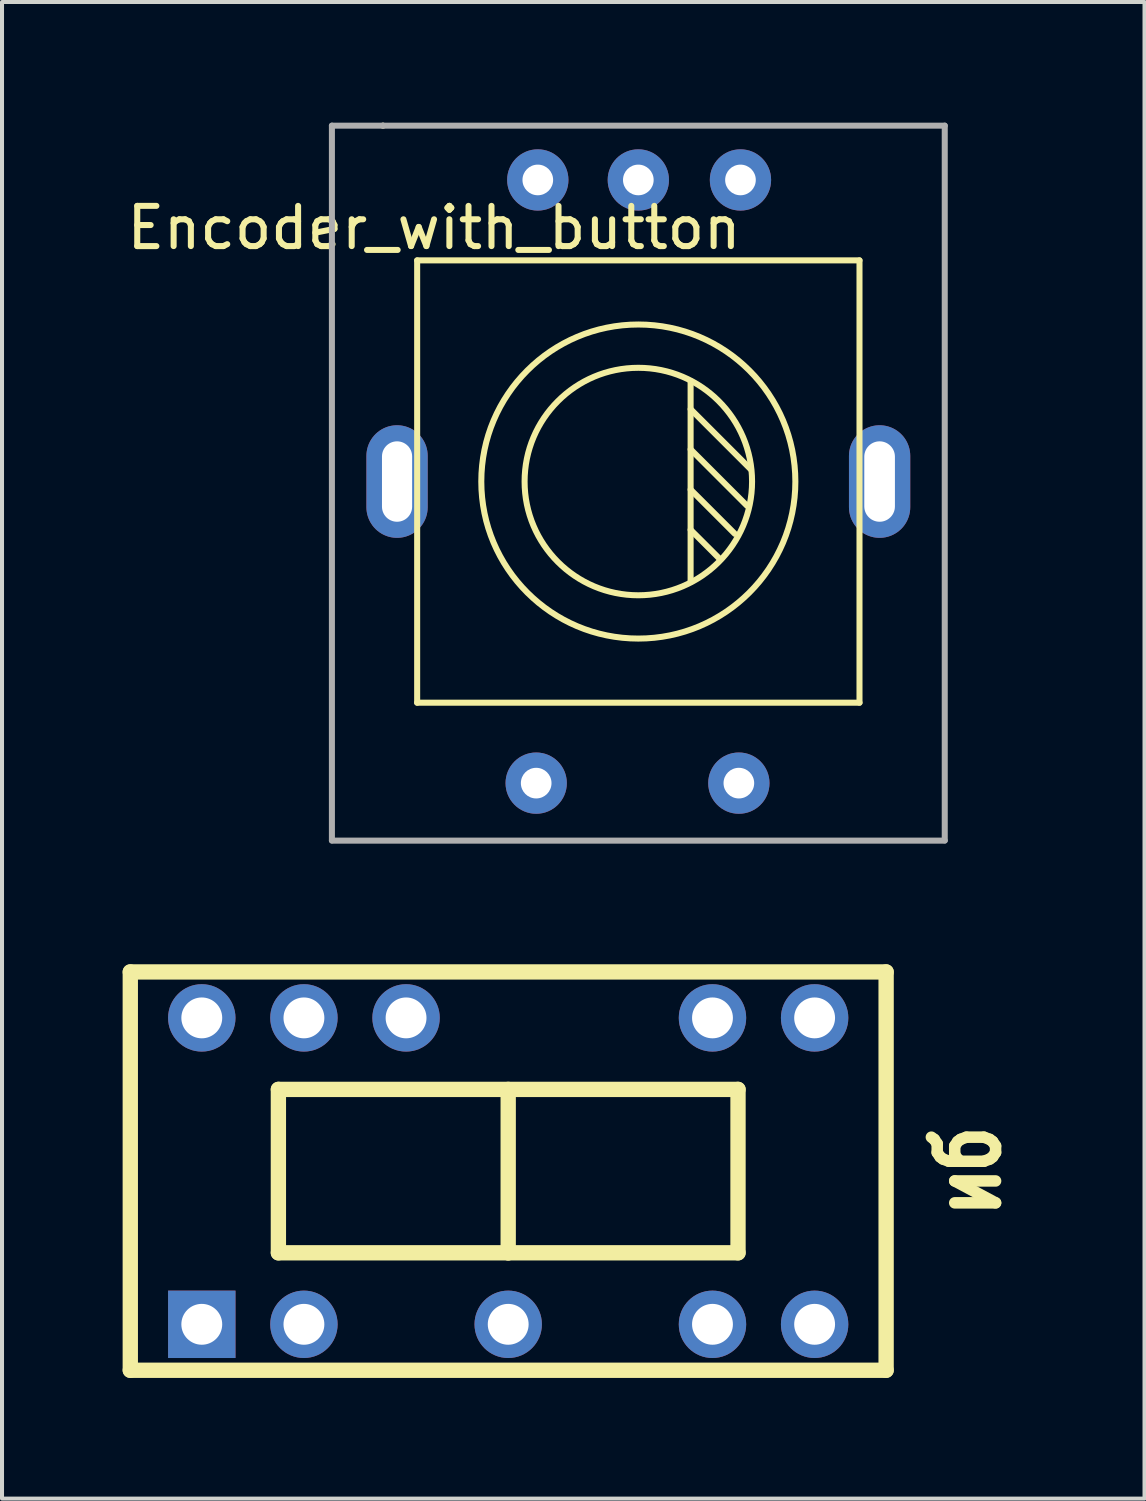
<source format=kicad_pcb>
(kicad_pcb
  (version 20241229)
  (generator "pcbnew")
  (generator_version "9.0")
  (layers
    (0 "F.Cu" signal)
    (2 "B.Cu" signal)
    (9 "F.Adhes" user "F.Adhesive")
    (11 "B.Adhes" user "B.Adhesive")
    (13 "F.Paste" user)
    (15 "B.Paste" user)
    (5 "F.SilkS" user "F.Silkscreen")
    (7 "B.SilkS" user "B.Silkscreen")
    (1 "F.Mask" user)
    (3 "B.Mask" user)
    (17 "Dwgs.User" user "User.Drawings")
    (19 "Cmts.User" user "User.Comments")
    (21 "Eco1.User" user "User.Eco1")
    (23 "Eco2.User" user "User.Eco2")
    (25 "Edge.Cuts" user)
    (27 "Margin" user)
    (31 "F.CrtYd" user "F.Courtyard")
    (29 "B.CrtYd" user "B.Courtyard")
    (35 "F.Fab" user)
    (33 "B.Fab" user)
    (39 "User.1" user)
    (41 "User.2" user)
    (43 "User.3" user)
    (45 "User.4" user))
  (footprint "Encoder_with_button"
    (layer "F.Cu")
    (at 12.824 6.425)
    (property "Reference" "Encoder_with_button" (at -5.08 -3.81 0) (layer "F.SilkS") (effects (font (size 1 1) (thickness 0.15))))
    (attr through_hole)
    (fp_line (start -6.35 -6.35) (end -6.35 -6.35) (stroke (width 0.15) (type solid)) (layer "F.SilkS"))
    (fp_line (start -5.5 -3) (end -5.5 8) (stroke (width 0.15) (type solid)) (layer "F.SilkS"))
    (fp_line (start -5.5 8) (end 5.5 8) (stroke (width 0.15) (type solid)) (layer "F.SilkS"))
    (fp_line (start 1.3 0) (end 1.3 5) (stroke (width 0.15) (type solid)) (layer "F.SilkS"))
    (fp_line (start 1.3 0.7) (end 2.8 2.2) (stroke (width 0.15) (type solid)) (layer "F.SilkS"))
    (fp_line (start 1.3 1.7) (end 2.7 3.1) (stroke (width 0.15) (type solid)) (layer "F.SilkS"))
    (fp_line (start 1.3 2.7) (end 2.4 3.8) (stroke (width 0.15) (type solid)) (layer "F.SilkS"))
    (fp_line (start 1.3 3.7) (end 2 4.4) (stroke (width 0.15) (type solid)) (layer "F.SilkS"))
    (fp_line (start 5.5 -3) (end -5.5 -3) (stroke (width 0.15) (type solid)) (layer "F.SilkS"))
    (fp_line (start 5.5 8) (end 5.5 -3) (stroke (width 0.15) (type solid)) (layer "F.SilkS"))
    (fp_circle (center 0 2.5) (end 2 4.5) (stroke (width 0.15) (type solid)) (fill no) (layer "F.SilkS"))
    (fp_circle (center 0 2.5) (end 3 5) (stroke (width 0.15) (type solid)) (fill no) (layer "F.SilkS"))
    (fp_line (start -7.62 -6.35) (end -6.35 -6.35) (stroke (width 0.15) (type solid)) (layer "F.Fab"))
    (fp_line (start -7.62 11.424) (end -7.62 -6.35) (stroke (width 0.15) (type solid)) (layer "F.Fab"))
    (fp_line (start -6.35 -6.35) (end 7.62 -6.35) (stroke (width 0.15) (type solid)) (layer "F.Fab"))
    (fp_line (start 7.62 -6.35) (end 7.62 11.424) (stroke (width 0.15) (type solid)) (layer "F.Fab"))
    (fp_line (start 7.62 11.43) (end -7.62 11.43) (stroke (width 0.15) (type solid)) (layer "F.Fab"))
    (pad "" np_thru_hole oval (at -6 2.5) (size 1.524 2.8) (drill oval 0.75 2) (layers "*.Cu" "*.Mask"))
    (pad "" np_thru_hole oval (at 6 2.5) (size 1.524 2.8) (drill oval 0.762 2) (layers "*.Cu" "*.Mask"))
    (pad "1" thru_hole circle (at -2.5 -5) (size 1.524 1.524) (drill 0.762) (layers "*.Cu" "*.Mask"))
    (pad "2" thru_hole circle (at 0 -5) (size 1.524 1.524) (drill 0.762) (layers "*.Cu" "*.Mask"))
    (pad "3" thru_hole circle (at 2.54 -5) (size 1.524 1.524) (drill 0.762) (layers "*.Cu" "*.Mask"))
    (pad "4" thru_hole circle (at -2.54 10) (size 1.524 1.524) (drill 0.762) (layers "*.Cu" "*.Mask"))
    (pad "5" thru_hole circle (at 2.5 10) (size 1.524 1.524) (drill 0.762) (layers "*.Cu" "*.Mask")))
  (footprint "иб"
    (layer "F.Cu")
    (at 9.588 26.073)
    (property "Reference" "иб" (at 11.43 0 90) (layer "F.SilkS") (effects (font (size 1.524 1.143) (thickness 0.305))))
    (attr through_hole)
    (fp_line (start -9.398 -4.953) (end -9.398 4.953) (stroke (width 0.381) (type solid)) (layer "F.SilkS"))
    (fp_line (start -9.398 4.953) (end 9.398 4.953) (stroke (width 0.381) (type solid)) (layer "F.SilkS"))
    (fp_line (start -5.715 -2.032) (end 5.715 -2.032) (stroke (width 0.381) (type solid)) (layer "F.SilkS"))
    (fp_line (start -5.715 2.032) (end -5.715 -2.032) (stroke (width 0.381) (type solid)) (layer "F.SilkS"))
    (fp_line (start 0 2.032) (end -5.715 2.032) (stroke (width 0.381) (type solid)) (layer "F.SilkS"))
    (fp_line (start 0 2.032) (end 0 -2.032) (stroke (width 0.381) (type solid)) (layer "F.SilkS"))
    (fp_line (start 5.715 -2.032) (end 5.715 2.032) (stroke (width 0.381) (type solid)) (layer "F.SilkS"))
    (fp_line (start 5.715 2.032) (end 0 2.032) (stroke (width 0.381) (type solid)) (layer "F.SilkS"))
    (fp_line (start 9.398 -4.953) (end -9.398 -4.953) (stroke (width 0.381) (type solid)) (layer "F.SilkS"))
    (fp_line (start 9.398 4.953) (end 9.398 -4.953) (stroke (width 0.381) (type solid)) (layer "F.SilkS"))
    (pad "1" thru_hole rect (at -7.62 3.81) (size 1.676 1.676) (drill 1.016) (layers "*.Cu" "*.Mask"))
    (pad "2" thru_hole circle (at -5.08 3.81) (size 1.676 1.676) (drill 1.016) (layers "*.Cu" "*.Mask"))
    (pad "4" thru_hole circle (at 0 3.81) (size 1.676 1.676) (drill 1.016) (layers "*.Cu" "*.Mask"))
    (pad "6" thru_hole circle (at 5.08 3.81) (size 1.676 1.676) (drill 1.016) (layers "*.Cu" "*.Mask"))
    (pad "7" thru_hole circle (at 7.62 3.81) (size 1.676 1.676) (drill 1.016) (layers "*.Cu" "*.Mask"))
    (pad "8" thru_hole circle (at 7.62 -3.81) (size 1.676 1.676) (drill 1.016) (layers "*.Cu" "*.Mask"))
    (pad "9" thru_hole circle (at 5.08 -3.81) (size 1.676 1.676) (drill 1.016) (layers "*.Cu" "*.Mask"))
    (pad "12" thru_hole circle (at -2.54 -3.81) (size 1.676 1.676) (drill 1.016) (layers "*.Cu" "*.Mask"))
    (pad "13" thru_hole circle (at -5.08 -3.81) (size 1.676 1.676) (drill 1.016) (layers "*.Cu" "*.Mask"))
    (pad "14" thru_hole circle (at -7.62 -3.81) (size 1.676 1.676) (drill 1.016) (layers "*.Cu" "*.Mask")))
  (gr_rect
    (start -3 -3)
    (end 25.412 34.217)
    (stroke (width 0.1) (type default))
    (fill no)
    (layer "Edge.Cuts")))
</source>
